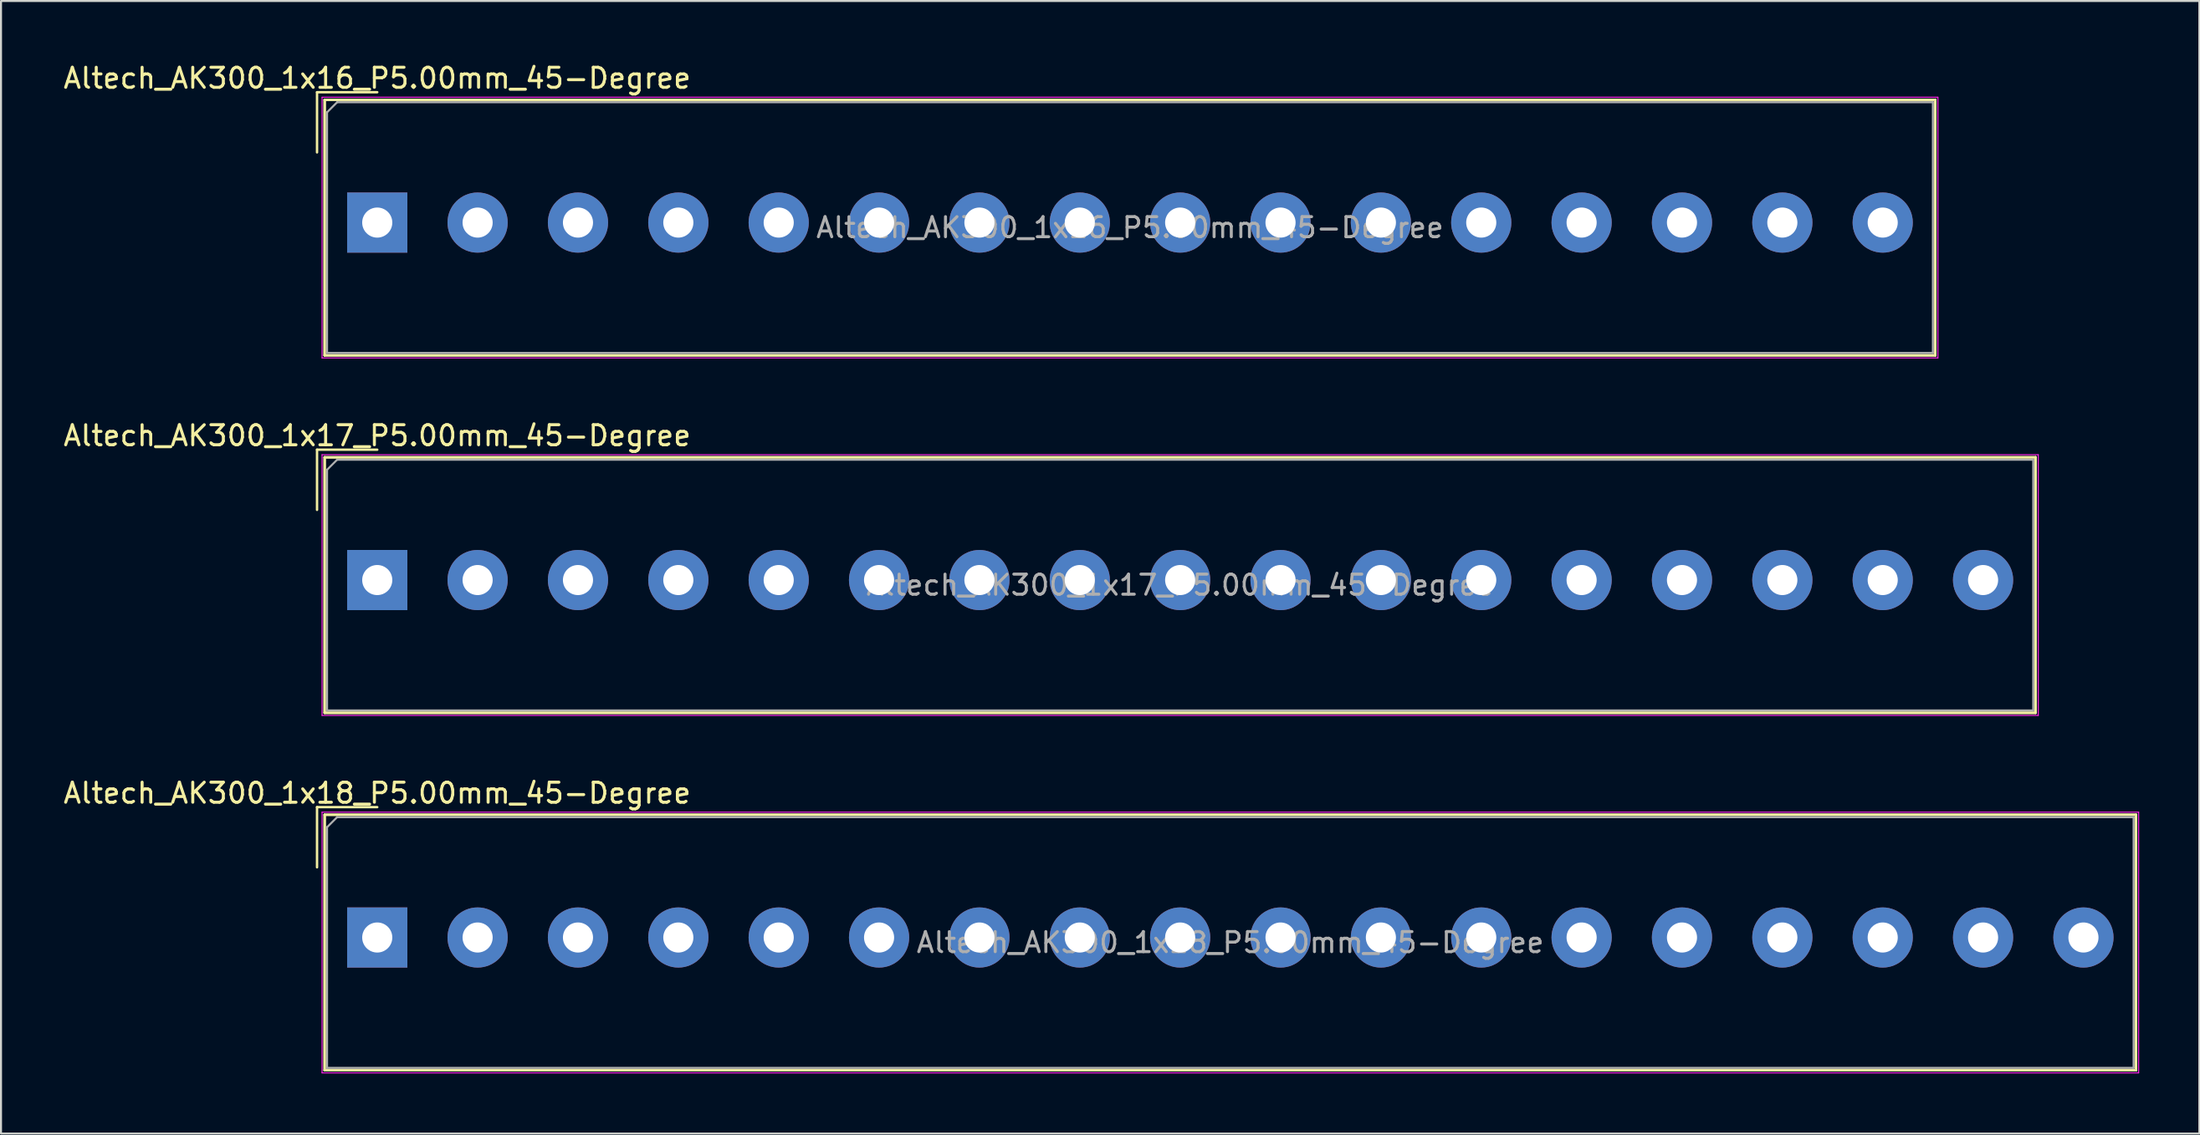
<source format=kicad_pcb>
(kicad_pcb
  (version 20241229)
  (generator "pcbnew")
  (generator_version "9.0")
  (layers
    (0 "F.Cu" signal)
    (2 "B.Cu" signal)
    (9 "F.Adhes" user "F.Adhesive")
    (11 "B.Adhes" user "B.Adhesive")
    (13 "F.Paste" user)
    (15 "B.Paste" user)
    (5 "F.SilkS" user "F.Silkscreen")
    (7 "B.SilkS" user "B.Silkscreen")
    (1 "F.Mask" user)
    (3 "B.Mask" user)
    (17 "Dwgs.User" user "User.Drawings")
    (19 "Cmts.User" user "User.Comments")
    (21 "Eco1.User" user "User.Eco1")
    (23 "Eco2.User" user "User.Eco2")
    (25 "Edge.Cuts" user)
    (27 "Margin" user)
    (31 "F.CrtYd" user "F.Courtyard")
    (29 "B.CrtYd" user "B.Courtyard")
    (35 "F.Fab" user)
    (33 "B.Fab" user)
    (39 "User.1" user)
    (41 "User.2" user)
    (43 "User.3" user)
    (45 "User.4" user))
  (footprint "Altech_AK300_1x18_P5.00mm_45-Degree"
    (layer "F.Cu")
    (at 15.744 43.695)
    (property "Reference" "Altech_AK300_1x18_P5.00mm_45-Degree" (at 0 -7.2 0) (layer "F.SilkS") (effects (font (size 1 1) (thickness 0.15))))
    (attr through_hole)
    (fp_line (start -3 -6.5) (end 0 -6.5) (stroke (width 0.12) (type solid)) (layer "F.SilkS"))
    (fp_line (start -3 -3.5) (end -3 -6.5) (stroke (width 0.12) (type solid)) (layer "F.SilkS"))
    (fp_line (start -2.62 -6.12) (end -2.62 6.62) (stroke (width 0.12) (type solid)) (layer "F.SilkS"))
    (fp_line (start -2.62 -6.12) (end -2.62 6.62) (stroke (width 0.12) (type solid)) (layer "F.SilkS"))
    (fp_line (start -2.62 -6.12) (end 87.62 -6.12) (stroke (width 0.12) (type solid)) (layer "F.SilkS"))
    (fp_line (start -2.62 -6.12) (end 87.62 -6.12) (stroke (width 0.12) (type solid)) (layer "F.SilkS"))
    (fp_line (start -2.62 6.62) (end 87.62 6.62) (stroke (width 0.12) (type solid)) (layer "F.SilkS"))
    (fp_line (start -2.62 6.62) (end 87.62 6.62) (stroke (width 0.12) (type solid)) (layer "F.SilkS"))
    (fp_line (start 87.62 -6.12) (end 87.62 6.62) (stroke (width 0.12) (type solid)) (layer "F.SilkS"))
    (fp_line (start 87.62 -6.12) (end 87.62 6.62) (stroke (width 0.12) (type solid)) (layer "F.SilkS"))
    (fp_line (start -2.75 -6.25) (end -2.75 6.75) (stroke (width 0.05) (type solid)) (layer "F.CrtYd"))
    (fp_line (start -2.75 -6.25) (end 87.75 -6.25) (stroke (width 0.05) (type solid)) (layer "F.CrtYd"))
    (fp_line (start -2.75 6.75) (end 87.75 6.75) (stroke (width 0.05) (type solid)) (layer "F.CrtYd"))
    (fp_line (start 87.75 -6.25) (end 87.75 6.75) (stroke (width 0.05) (type solid)) (layer "F.CrtYd"))
    (fp_line (start -2.5 -5.5) (end -2 -6) (stroke (width 0.1) (type solid)) (layer "F.Fab"))
    (fp_line (start -2.5 6.5) (end -2.5 -5.5) (stroke (width 0.1) (type solid)) (layer "F.Fab"))
    (fp_line (start -2 -6) (end 87.5 -6) (stroke (width 0.1) (type solid)) (layer "F.Fab"))
    (fp_line (start 87.5 -6) (end 87.5 6.5) (stroke (width 0.1) (type solid)) (layer "F.Fab"))
    (fp_line (start 87.5 6.5) (end -2.5 6.5) (stroke (width 0.1) (type solid)) (layer "F.Fab"))
    (fp_text user "${REFERENCE}" (at 42.5 0.25 0) (layer "F.Fab") (effects (font (size 1 1) (thickness 0.15))))
    (pad "1" thru_hole rect (at 0 0) (size 3 3) (drill 1.5) (layers "*.Cu" "*.Mask"))
    (pad "2" thru_hole circle (at 5 0) (size 3 3) (drill 1.5) (layers "*.Cu" "*.Mask"))
    (pad "3" thru_hole circle (at 10 0) (size 3 3) (drill 1.5) (layers "*.Cu" "*.Mask"))
    (pad "4" thru_hole circle (at 15 0) (size 3 3) (drill 1.5) (layers "*.Cu" "*.Mask"))
    (pad "5" thru_hole circle (at 20 0) (size 3 3) (drill 1.5) (layers "*.Cu" "*.Mask"))
    (pad "6" thru_hole circle (at 25 0) (size 3 3) (drill 1.5) (layers "*.Cu" "*.Mask"))
    (pad "7" thru_hole circle (at 30 0) (size 3 3) (drill 1.5) (layers "*.Cu" "*.Mask"))
    (pad "8" thru_hole circle (at 35 0) (size 3 3) (drill 1.5) (layers "*.Cu" "*.Mask"))
    (pad "9" thru_hole circle (at 40 0) (size 3 3) (drill 1.5) (layers "*.Cu" "*.Mask"))
    (pad "10" thru_hole circle (at 45 0) (size 3 3) (drill 1.5) (layers "*.Cu" "*.Mask"))
    (pad "11" thru_hole circle (at 50 0) (size 3 3) (drill 1.5) (layers "*.Cu" "*.Mask"))
    (pad "12" thru_hole circle (at 55 0) (size 3 3) (drill 1.5) (layers "*.Cu" "*.Mask"))
    (pad "13" thru_hole circle (at 60 0) (size 3 3) (drill 1.5) (layers "*.Cu" "*.Mask"))
    (pad "14" thru_hole circle (at 65 0) (size 3 3) (drill 1.5) (layers "*.Cu" "*.Mask"))
    (pad "15" thru_hole circle (at 70 0) (size 3 3) (drill 1.5) (layers "*.Cu" "*.Mask"))
    (pad "16" thru_hole circle (at 75 0) (size 3 3) (drill 1.5) (layers "*.Cu" "*.Mask"))
    (pad "17" thru_hole circle (at 80 0) (size 3 3) (drill 1.5) (layers "*.Cu" "*.Mask"))
    (pad "18" thru_hole circle (at 85 0) (size 3 3) (drill 1.5) (layers "*.Cu" "*.Mask")))
  (footprint "Altech_AK300_1x17_P5.00mm_45-Degree"
    (layer "F.Cu")
    (at 15.744 25.872)
    (property "Reference" "Altech_AK300_1x17_P5.00mm_45-Degree" (at 0 -7.2 0) (layer "F.SilkS") (effects (font (size 1 1) (thickness 0.15))))
    (attr through_hole)
    (fp_line (start -3 -6.5) (end 0 -6.5) (stroke (width 0.12) (type solid)) (layer "F.SilkS"))
    (fp_line (start -3 -3.5) (end -3 -6.5) (stroke (width 0.12) (type solid)) (layer "F.SilkS"))
    (fp_line (start -2.62 -6.12) (end -2.62 6.62) (stroke (width 0.12) (type solid)) (layer "F.SilkS"))
    (fp_line (start -2.62 -6.12) (end -2.62 6.62) (stroke (width 0.12) (type solid)) (layer "F.SilkS"))
    (fp_line (start -2.62 -6.12) (end 82.62 -6.12) (stroke (width 0.12) (type solid)) (layer "F.SilkS"))
    (fp_line (start -2.62 -6.12) (end 82.62 -6.12) (stroke (width 0.12) (type solid)) (layer "F.SilkS"))
    (fp_line (start -2.62 6.62) (end 82.62 6.62) (stroke (width 0.12) (type solid)) (layer "F.SilkS"))
    (fp_line (start -2.62 6.62) (end 82.62 6.62) (stroke (width 0.12) (type solid)) (layer "F.SilkS"))
    (fp_line (start 82.62 -6.12) (end 82.62 6.62) (stroke (width 0.12) (type solid)) (layer "F.SilkS"))
    (fp_line (start 82.62 -6.12) (end 82.62 6.62) (stroke (width 0.12) (type solid)) (layer "F.SilkS"))
    (fp_line (start -2.75 -6.25) (end -2.75 6.75) (stroke (width 0.05) (type solid)) (layer "F.CrtYd"))
    (fp_line (start -2.75 -6.25) (end 82.75 -6.25) (stroke (width 0.05) (type solid)) (layer "F.CrtYd"))
    (fp_line (start -2.75 6.75) (end 82.75 6.75) (stroke (width 0.05) (type solid)) (layer "F.CrtYd"))
    (fp_line (start 82.75 -6.25) (end 82.75 6.75) (stroke (width 0.05) (type solid)) (layer "F.CrtYd"))
    (fp_line (start -2.5 -5.5) (end -2 -6) (stroke (width 0.1) (type solid)) (layer "F.Fab"))
    (fp_line (start -2.5 6.5) (end -2.5 -5.5) (stroke (width 0.1) (type solid)) (layer "F.Fab"))
    (fp_line (start -2 -6) (end 82.5 -6) (stroke (width 0.1) (type solid)) (layer "F.Fab"))
    (fp_line (start 82.5 -6) (end 82.5 6.5) (stroke (width 0.1) (type solid)) (layer "F.Fab"))
    (fp_line (start 82.5 6.5) (end -2.5 6.5) (stroke (width 0.1) (type solid)) (layer "F.Fab"))
    (fp_text user "${REFERENCE}" (at 40 0.25 0) (layer "F.Fab") (effects (font (size 1 1) (thickness 0.15))))
    (pad "1" thru_hole rect (at 0 0) (size 3 3) (drill 1.5) (layers "*.Cu" "*.Mask"))
    (pad "2" thru_hole circle (at 5 0) (size 3 3) (drill 1.5) (layers "*.Cu" "*.Mask"))
    (pad "3" thru_hole circle (at 10 0) (size 3 3) (drill 1.5) (layers "*.Cu" "*.Mask"))
    (pad "4" thru_hole circle (at 15 0) (size 3 3) (drill 1.5) (layers "*.Cu" "*.Mask"))
    (pad "5" thru_hole circle (at 20 0) (size 3 3) (drill 1.5) (layers "*.Cu" "*.Mask"))
    (pad "6" thru_hole circle (at 25 0) (size 3 3) (drill 1.5) (layers "*.Cu" "*.Mask"))
    (pad "7" thru_hole circle (at 30 0) (size 3 3) (drill 1.5) (layers "*.Cu" "*.Mask"))
    (pad "8" thru_hole circle (at 35 0) (size 3 3) (drill 1.5) (layers "*.Cu" "*.Mask"))
    (pad "9" thru_hole circle (at 40 0) (size 3 3) (drill 1.5) (layers "*.Cu" "*.Mask"))
    (pad "10" thru_hole circle (at 45 0) (size 3 3) (drill 1.5) (layers "*.Cu" "*.Mask"))
    (pad "11" thru_hole circle (at 50 0) (size 3 3) (drill 1.5) (layers "*.Cu" "*.Mask"))
    (pad "12" thru_hole circle (at 55 0) (size 3 3) (drill 1.5) (layers "*.Cu" "*.Mask"))
    (pad "13" thru_hole circle (at 60 0) (size 3 3) (drill 1.5) (layers "*.Cu" "*.Mask"))
    (pad "14" thru_hole circle (at 65 0) (size 3 3) (drill 1.5) (layers "*.Cu" "*.Mask"))
    (pad "15" thru_hole circle (at 70 0) (size 3 3) (drill 1.5) (layers "*.Cu" "*.Mask"))
    (pad "16" thru_hole circle (at 75 0) (size 3 3) (drill 1.5) (layers "*.Cu" "*.Mask"))
    (pad "17" thru_hole circle (at 80 0) (size 3 3) (drill 1.5) (layers "*.Cu" "*.Mask")))
  (footprint "Altech_AK300_1x16_P5.00mm_45-Degree"
    (layer "F.Cu")
    (at 15.744 8.048)
    (property "Reference" "Altech_AK300_1x16_P5.00mm_45-Degree" (at 0 -7.2 0) (layer "F.SilkS") (effects (font (size 1 1) (thickness 0.15))))
    (attr through_hole)
    (fp_line (start -3 -6.5) (end 0 -6.5) (stroke (width 0.12) (type solid)) (layer "F.SilkS"))
    (fp_line (start -3 -3.5) (end -3 -6.5) (stroke (width 0.12) (type solid)) (layer "F.SilkS"))
    (fp_line (start -2.62 -6.12) (end -2.62 6.62) (stroke (width 0.12) (type solid)) (layer "F.SilkS"))
    (fp_line (start -2.62 -6.12) (end -2.62 6.62) (stroke (width 0.12) (type solid)) (layer "F.SilkS"))
    (fp_line (start -2.62 -6.12) (end 77.62 -6.12) (stroke (width 0.12) (type solid)) (layer "F.SilkS"))
    (fp_line (start -2.62 -6.12) (end 77.62 -6.12) (stroke (width 0.12) (type solid)) (layer "F.SilkS"))
    (fp_line (start -2.62 6.62) (end 77.62 6.62) (stroke (width 0.12) (type solid)) (layer "F.SilkS"))
    (fp_line (start -2.62 6.62) (end 77.62 6.62) (stroke (width 0.12) (type solid)) (layer "F.SilkS"))
    (fp_line (start 77.62 -6.12) (end 77.62 6.62) (stroke (width 0.12) (type solid)) (layer "F.SilkS"))
    (fp_line (start 77.62 -6.12) (end 77.62 6.62) (stroke (width 0.12) (type solid)) (layer "F.SilkS"))
    (fp_line (start -2.75 -6.25) (end -2.75 6.75) (stroke (width 0.05) (type solid)) (layer "F.CrtYd"))
    (fp_line (start -2.75 -6.25) (end 77.75 -6.25) (stroke (width 0.05) (type solid)) (layer "F.CrtYd"))
    (fp_line (start -2.75 6.75) (end 77.75 6.75) (stroke (width 0.05) (type solid)) (layer "F.CrtYd"))
    (fp_line (start 77.75 -6.25) (end 77.75 6.75) (stroke (width 0.05) (type solid)) (layer "F.CrtYd"))
    (fp_line (start -2.5 -5.5) (end -2 -6) (stroke (width 0.1) (type solid)) (layer "F.Fab"))
    (fp_line (start -2.5 6.5) (end -2.5 -5.5) (stroke (width 0.1) (type solid)) (layer "F.Fab"))
    (fp_line (start -2 -6) (end 77.5 -6) (stroke (width 0.1) (type solid)) (layer "F.Fab"))
    (fp_line (start 77.5 -6) (end 77.5 6.5) (stroke (width 0.1) (type solid)) (layer "F.Fab"))
    (fp_line (start 77.5 6.5) (end -2.5 6.5) (stroke (width 0.1) (type solid)) (layer "F.Fab"))
    (fp_text user "${REFERENCE}" (at 37.5 0.25 0) (layer "F.Fab") (effects (font (size 1 1) (thickness 0.15))))
    (pad "1" thru_hole rect (at 0 0) (size 3 3) (drill 1.5) (layers "*.Cu" "*.Mask"))
    (pad "2" thru_hole circle (at 5 0) (size 3 3) (drill 1.5) (layers "*.Cu" "*.Mask"))
    (pad "3" thru_hole circle (at 10 0) (size 3 3) (drill 1.5) (layers "*.Cu" "*.Mask"))
    (pad "4" thru_hole circle (at 15 0) (size 3 3) (drill 1.5) (layers "*.Cu" "*.Mask"))
    (pad "5" thru_hole circle (at 20 0) (size 3 3) (drill 1.5) (layers "*.Cu" "*.Mask"))
    (pad "6" thru_hole circle (at 25 0) (size 3 3) (drill 1.5) (layers "*.Cu" "*.Mask"))
    (pad "7" thru_hole circle (at 30 0) (size 3 3) (drill 1.5) (layers "*.Cu" "*.Mask"))
    (pad "8" thru_hole circle (at 35 0) (size 3 3) (drill 1.5) (layers "*.Cu" "*.Mask"))
    (pad "9" thru_hole circle (at 40 0) (size 3 3) (drill 1.5) (layers "*.Cu" "*.Mask"))
    (pad "10" thru_hole circle (at 45 0) (size 3 3) (drill 1.5) (layers "*.Cu" "*.Mask"))
    (pad "11" thru_hole circle (at 50 0) (size 3 3) (drill 1.5) (layers "*.Cu" "*.Mask"))
    (pad "12" thru_hole circle (at 55 0) (size 3 3) (drill 1.5) (layers "*.Cu" "*.Mask"))
    (pad "13" thru_hole circle (at 60 0) (size 3 3) (drill 1.5) (layers "*.Cu" "*.Mask"))
    (pad "14" thru_hole circle (at 65 0) (size 3 3) (drill 1.5) (layers "*.Cu" "*.Mask"))
    (pad "15" thru_hole circle (at 70 0) (size 3 3) (drill 1.5) (layers "*.Cu" "*.Mask"))
    (pad "16" thru_hole circle (at 75 0) (size 3 3) (drill 1.5) (layers "*.Cu" "*.Mask")))
  (gr_rect
    (start -3 -3)
    (end 106.519 53.47)
    (stroke (width 0.1) (type default))
    (fill no)
    (layer "Edge.Cuts")))
</source>
